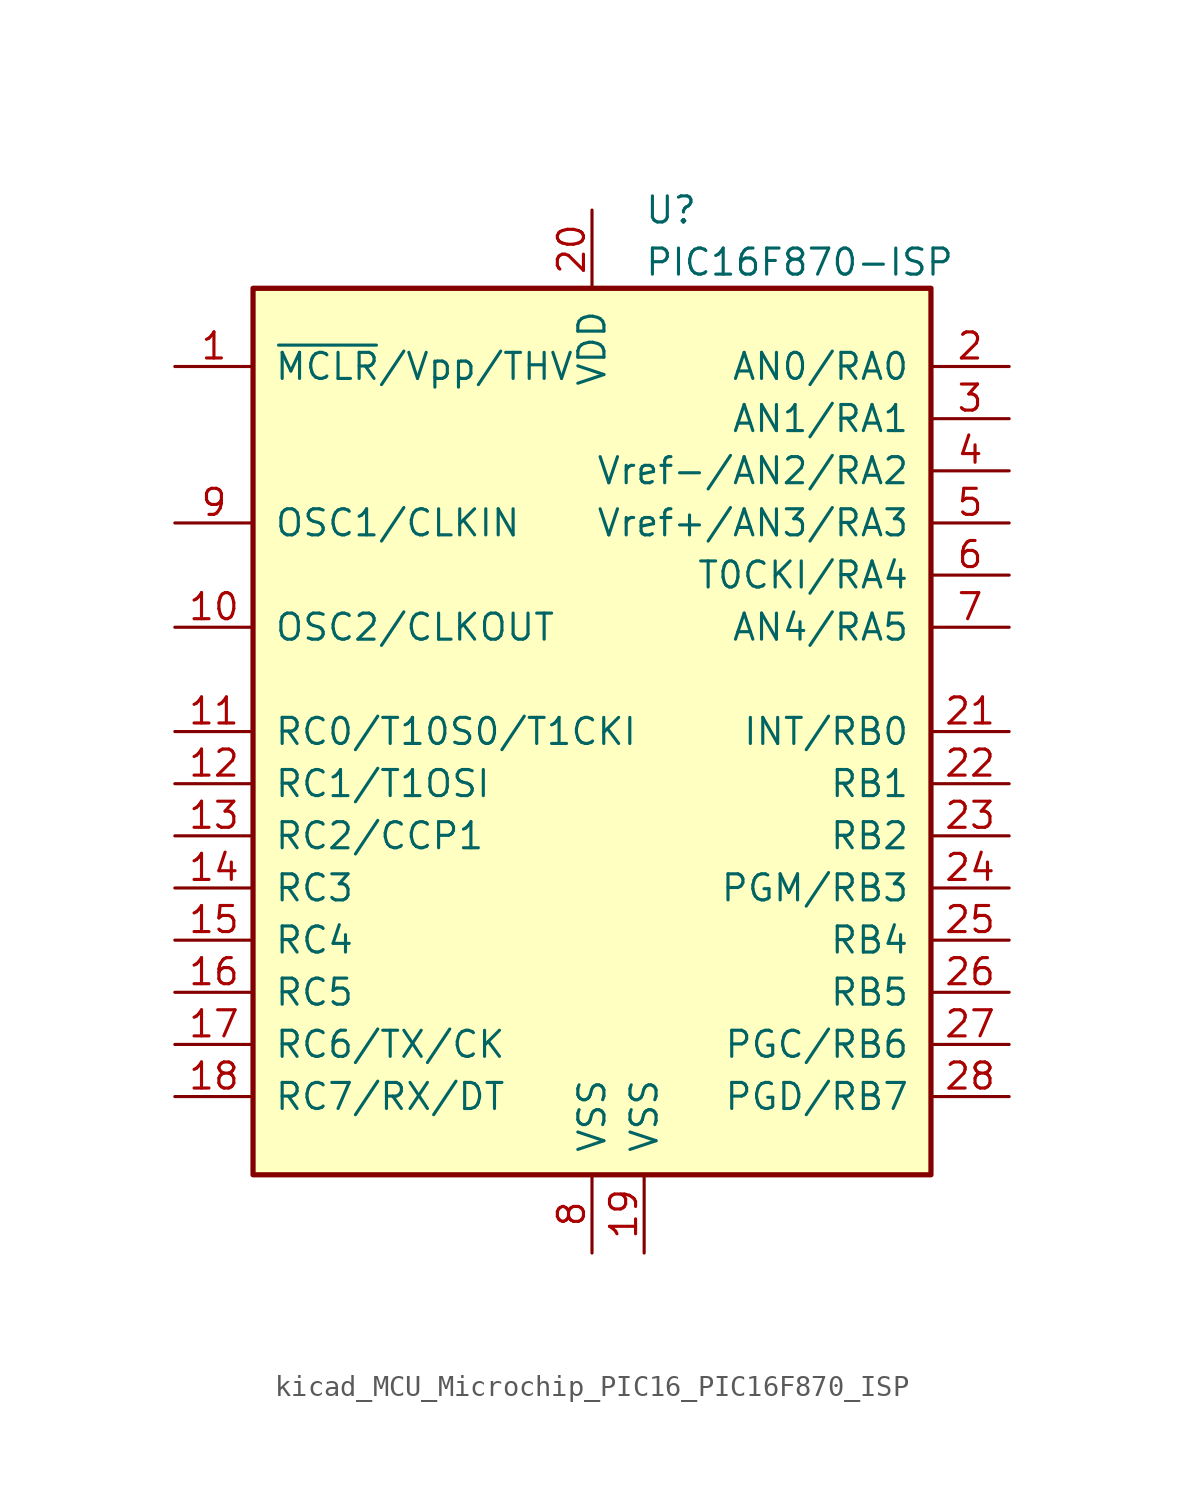
<source format=kicad_sym>
(kicad_symbol_lib
  (version 20220914)
  (generator kicad_symbol_editor)
  (symbol "kicad_MCU_Microchip_PIC16_PIC16F870_ISP"
    (pin_names
      (offset 1.016))
    (property "Reference" "U"
      (at 2.54 25.4 0)
      (effects (font (size 1.27 1.27)) (justify left)))
    (property "Value" "PIC16F870-ISP"
      (at 2.54 22.86 0)
      (effects (font (size 1.27 1.27)) (justify left)))
    (symbol "kicad_MCU_Microchip_PIC16_PIC16F870_ISP_0_1"
      (rectangle (start -16.51 -21.59) (end 16.51 21.59) (stroke (width 0.254) (type default)) (fill (type background))))
    (symbol "kicad_MCU_Microchip_PIC16_PIC16F870_ISP_1_1"
      (pin input line (at -20.32 17.78 0) (length 3.81) (name "~{MCLR}/Vpp/THV" (effects (font (size 1.27 1.27)))) (number "1" (effects (font (size 1.27 1.27)))))
      (pin output line (at -20.32 5.08 0) (length 3.81) (name "OSC2/CLKOUT" (effects (font (size 1.27 1.27)))) (number "10" (effects (font (size 1.27 1.27)))))
      (pin bidirectional line (at -20.32 0 0) (length 3.81) (name "RC0/T10S0/T1CKI" (effects (font (size 1.27 1.27)))) (number "11" (effects (font (size 1.27 1.27)))))
      (pin bidirectional line (at -20.32 -2.54 0) (length 3.81) (name "RC1/T1OSI" (effects (font (size 1.27 1.27)))) (number "12" (effects (font (size 1.27 1.27)))))
      (pin bidirectional line (at -20.32 -5.08 0) (length 3.81) (name "RC2/CCP1" (effects (font (size 1.27 1.27)))) (number "13" (effects (font (size 1.27 1.27)))))
      (pin bidirectional line (at -20.32 -7.62 0) (length 3.81) (name "RC3" (effects (font (size 1.27 1.27)))) (number "14" (effects (font (size 1.27 1.27)))))
      (pin bidirectional line (at -20.32 -10.16 0) (length 3.81) (name "RC4" (effects (font (size 1.27 1.27)))) (number "15" (effects (font (size 1.27 1.27)))))
      (pin bidirectional line (at -20.32 -12.7 0) (length 3.81) (name "RC5" (effects (font (size 1.27 1.27)))) (number "16" (effects (font (size 1.27 1.27)))))
      (pin bidirectional line (at -20.32 -15.24 0) (length 3.81) (name "RC6/TX/CK" (effects (font (size 1.27 1.27)))) (number "17" (effects (font (size 1.27 1.27)))))
      (pin bidirectional line (at -20.32 -17.78 0) (length 3.81) (name "RC7/RX/DT" (effects (font (size 1.27 1.27)))) (number "18" (effects (font (size 1.27 1.27)))))
      (pin power_in line (at 2.54 -25.4 90) (length 3.81) (name "VSS" (effects (font (size 1.27 1.27)))) (number "19" (effects (font (size 1.27 1.27)))))
      (pin bidirectional line (at 20.32 17.78 180) (length 3.81) (name "AN0/RA0" (effects (font (size 1.27 1.27)))) (number "2" (effects (font (size 1.27 1.27)))))
      (pin power_in line (at 0 25.4 270) (length 3.81) (name "VDD" (effects (font (size 1.27 1.27)))) (number "20" (effects (font (size 1.27 1.27)))))
      (pin bidirectional line (at 20.32 0 180) (length 3.81) (name "INT/RB0" (effects (font (size 1.27 1.27)))) (number "21" (effects (font (size 1.27 1.27)))))
      (pin bidirectional line (at 20.32 -2.54 180) (length 3.81) (name "RB1" (effects (font (size 1.27 1.27)))) (number "22" (effects (font (size 1.27 1.27)))))
      (pin bidirectional line (at 20.32 -5.08 180) (length 3.81) (name "RB2" (effects (font (size 1.27 1.27)))) (number "23" (effects (font (size 1.27 1.27)))))
      (pin bidirectional line (at 20.32 -7.62 180) (length 3.81) (name "PGM/RB3" (effects (font (size 1.27 1.27)))) (number "24" (effects (font (size 1.27 1.27)))))
      (pin bidirectional line (at 20.32 -10.16 180) (length 3.81) (name "RB4" (effects (font (size 1.27 1.27)))) (number "25" (effects (font (size 1.27 1.27)))))
      (pin bidirectional line (at 20.32 -12.7 180) (length 3.81) (name "RB5" (effects (font (size 1.27 1.27)))) (number "26" (effects (font (size 1.27 1.27)))))
      (pin bidirectional line (at 20.32 -15.24 180) (length 3.81) (name "PGC/RB6" (effects (font (size 1.27 1.27)))) (number "27" (effects (font (size 1.27 1.27)))))
      (pin bidirectional line (at 20.32 -17.78 180) (length 3.81) (name "PGD/RB7" (effects (font (size 1.27 1.27)))) (number "28" (effects (font (size 1.27 1.27)))))
      (pin bidirectional line (at 20.32 15.24 180) (length 3.81) (name "AN1/RA1" (effects (font (size 1.27 1.27)))) (number "3" (effects (font (size 1.27 1.27)))))
      (pin bidirectional line (at 20.32 12.7 180) (length 3.81) (name "Vref-/AN2/RA2" (effects (font (size 1.27 1.27)))) (number "4" (effects (font (size 1.27 1.27)))))
      (pin bidirectional line (at 20.32 10.16 180) (length 3.81) (name "Vref+/AN3/RA3" (effects (font (size 1.27 1.27)))) (number "5" (effects (font (size 1.27 1.27)))))
      (pin bidirectional line (at 20.32 7.62 180) (length 3.81) (name "T0CKI/RA4" (effects (font (size 1.27 1.27)))) (number "6" (effects (font (size 1.27 1.27)))))
      (pin bidirectional line (at 20.32 5.08 180) (length 3.81) (name "AN4/RA5" (effects (font (size 1.27 1.27)))) (number "7" (effects (font (size 1.27 1.27)))))
      (pin power_in line (at 0 -25.4 90) (length 3.81) (name "VSS" (effects (font (size 1.27 1.27)))) (number "8" (effects (font (size 1.27 1.27)))))
      (pin input line (at -20.32 10.16 0) (length 3.81) (name "OSC1/CLKIN" (effects (font (size 1.27 1.27)))) (number "9" (effects (font (size 1.27 1.27))))))))
</source>
